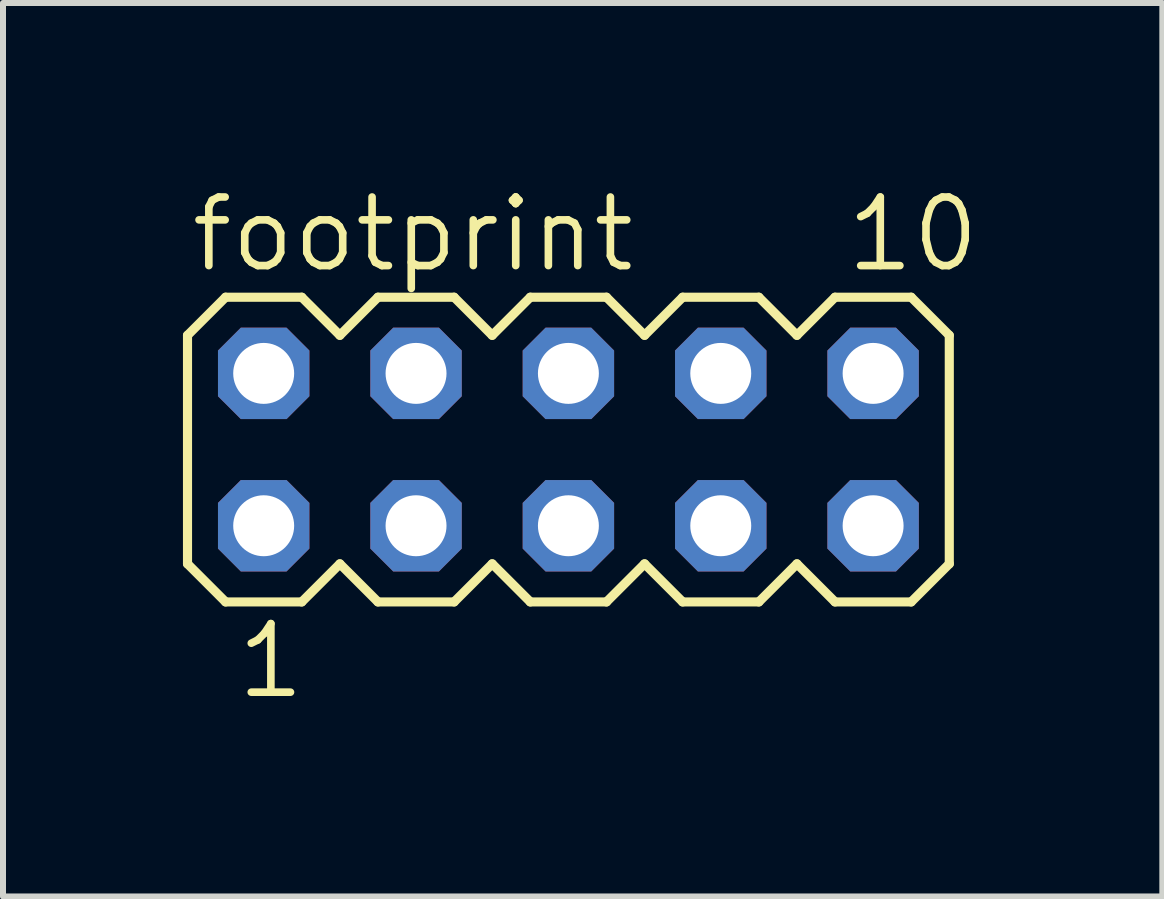
<source format=kicad_pcb>
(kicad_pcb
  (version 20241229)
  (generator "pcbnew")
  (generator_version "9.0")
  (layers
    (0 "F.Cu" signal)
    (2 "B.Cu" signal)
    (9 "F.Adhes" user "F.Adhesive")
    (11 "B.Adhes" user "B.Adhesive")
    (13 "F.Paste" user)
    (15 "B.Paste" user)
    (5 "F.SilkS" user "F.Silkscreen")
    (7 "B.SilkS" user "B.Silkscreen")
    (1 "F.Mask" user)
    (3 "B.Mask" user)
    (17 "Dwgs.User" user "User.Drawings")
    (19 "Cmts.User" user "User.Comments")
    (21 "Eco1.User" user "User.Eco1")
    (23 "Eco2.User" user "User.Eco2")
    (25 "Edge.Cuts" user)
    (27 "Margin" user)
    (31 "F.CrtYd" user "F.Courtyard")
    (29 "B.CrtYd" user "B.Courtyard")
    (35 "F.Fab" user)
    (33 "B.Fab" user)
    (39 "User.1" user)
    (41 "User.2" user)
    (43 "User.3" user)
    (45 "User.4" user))
  (footprint "footprint"
    (layer "F.Cu")
    (at 6.426 4.445)
    (property "Reference" "footprint" (at -6.35 -2.921 0) (layer "F.SilkS") (effects (font (size 1.143 1.143) (thickness 0.127)) (justify left bottom)))
    (fp_line (start -6.35 -1.905) (end -6.35 1.905) (stroke (width 0.152) (type solid)) (layer "F.SilkS"))
    (fp_line (start -6.35 1.905) (end -5.715 2.54) (stroke (width 0.152) (type solid)) (layer "F.SilkS"))
    (fp_line (start -5.715 -2.54) (end -6.35 -1.905) (stroke (width 0.152) (type solid)) (layer "F.SilkS"))
    (fp_line (start -5.715 -2.54) (end -4.445 -2.54) (stroke (width 0.152) (type solid)) (layer "F.SilkS"))
    (fp_line (start -4.445 -2.54) (end -3.81 -1.905) (stroke (width 0.152) (type solid)) (layer "F.SilkS"))
    (fp_line (start -4.445 2.54) (end -5.715 2.54) (stroke (width 0.152) (type solid)) (layer "F.SilkS"))
    (fp_line (start -3.81 -1.905) (end -3.175 -2.54) (stroke (width 0.152) (type solid)) (layer "F.SilkS"))
    (fp_line (start -3.81 1.905) (end -4.445 2.54) (stroke (width 0.152) (type solid)) (layer "F.SilkS"))
    (fp_line (start -3.175 -2.54) (end -1.905 -2.54) (stroke (width 0.152) (type solid)) (layer "F.SilkS"))
    (fp_line (start -3.175 2.54) (end -3.81 1.905) (stroke (width 0.152) (type solid)) (layer "F.SilkS"))
    (fp_line (start -1.905 -2.54) (end -1.27 -1.905) (stroke (width 0.152) (type solid)) (layer "F.SilkS"))
    (fp_line (start -1.905 2.54) (end -3.175 2.54) (stroke (width 0.152) (type solid)) (layer "F.SilkS"))
    (fp_line (start -1.27 -1.905) (end -0.635 -2.54) (stroke (width 0.152) (type solid)) (layer "F.SilkS"))
    (fp_line (start -1.27 1.905) (end -1.905 2.54) (stroke (width 0.152) (type solid)) (layer "F.SilkS"))
    (fp_line (start -0.635 -2.54) (end 0.635 -2.54) (stroke (width 0.152) (type solid)) (layer "F.SilkS"))
    (fp_line (start -0.635 2.54) (end -1.27 1.905) (stroke (width 0.152) (type solid)) (layer "F.SilkS"))
    (fp_line (start 0.635 -2.54) (end 1.27 -1.905) (stroke (width 0.152) (type solid)) (layer "F.SilkS"))
    (fp_line (start 0.635 2.54) (end -0.635 2.54) (stroke (width 0.152) (type solid)) (layer "F.SilkS"))
    (fp_line (start 1.27 1.905) (end 0.635 2.54) (stroke (width 0.152) (type solid)) (layer "F.SilkS"))
    (fp_line (start 1.27 1.905) (end 1.905 2.54) (stroke (width 0.152) (type solid)) (layer "F.SilkS"))
    (fp_line (start 1.905 -2.54) (end 1.27 -1.905) (stroke (width 0.152) (type solid)) (layer "F.SilkS"))
    (fp_line (start 1.905 -2.54) (end 3.175 -2.54) (stroke (width 0.152) (type solid)) (layer "F.SilkS"))
    (fp_line (start 3.175 -2.54) (end 3.81 -1.905) (stroke (width 0.152) (type solid)) (layer "F.SilkS"))
    (fp_line (start 3.175 2.54) (end 1.905 2.54) (stroke (width 0.152) (type solid)) (layer "F.SilkS"))
    (fp_line (start 3.81 -1.905) (end 4.445 -2.54) (stroke (width 0.152) (type solid)) (layer "F.SilkS"))
    (fp_line (start 3.81 1.905) (end 3.175 2.54) (stroke (width 0.152) (type solid)) (layer "F.SilkS"))
    (fp_line (start 4.445 -2.54) (end 5.715 -2.54) (stroke (width 0.152) (type solid)) (layer "F.SilkS"))
    (fp_line (start 4.445 2.54) (end 3.81 1.905) (stroke (width 0.152) (type solid)) (layer "F.SilkS"))
    (fp_line (start 5.715 -2.54) (end 6.35 -1.905) (stroke (width 0.152) (type solid)) (layer "F.SilkS"))
    (fp_line (start 5.715 2.54) (end 4.445 2.54) (stroke (width 0.152) (type solid)) (layer "F.SilkS"))
    (fp_line (start 6.35 -1.905) (end 6.35 1.905) (stroke (width 0.152) (type solid)) (layer "F.SilkS"))
    (fp_line (start 6.35 1.905) (end 5.715 2.54) (stroke (width 0.152) (type solid)) (layer "F.SilkS"))
    (fp_poly (pts (xy -5.334 -1.016) (xy -4.826 -1.016) (xy -4.826 -1.524) (xy -5.334 -1.524)) (stroke (width 0.1) (type solid)) (fill no) (layer "F.Fab"))
    (fp_poly (pts (xy -5.334 1.524) (xy -4.826 1.524) (xy -4.826 1.016) (xy -5.334 1.016)) (stroke (width 0.1) (type solid)) (fill no) (layer "F.Fab"))
    (fp_poly (pts (xy -2.794 -1.016) (xy -2.286 -1.016) (xy -2.286 -1.524) (xy -2.794 -1.524)) (stroke (width 0.1) (type solid)) (fill no) (layer "F.Fab"))
    (fp_poly (pts (xy -2.794 1.524) (xy -2.286 1.524) (xy -2.286 1.016) (xy -2.794 1.016)) (stroke (width 0.1) (type solid)) (fill no) (layer "F.Fab"))
    (fp_poly (pts (xy -0.254 -1.016) (xy 0.254 -1.016) (xy 0.254 -1.524) (xy -0.254 -1.524)) (stroke (width 0.1) (type solid)) (fill no) (layer "F.Fab"))
    (fp_poly (pts (xy -0.254 1.524) (xy 0.254 1.524) (xy 0.254 1.016) (xy -0.254 1.016)) (stroke (width 0.1) (type solid)) (fill no) (layer "F.Fab"))
    (fp_poly (pts (xy 2.286 -1.016) (xy 2.794 -1.016) (xy 2.794 -1.524) (xy 2.286 -1.524)) (stroke (width 0.1) (type solid)) (fill no) (layer "F.Fab"))
    (fp_poly (pts (xy 2.286 1.524) (xy 2.794 1.524) (xy 2.794 1.016) (xy 2.286 1.016)) (stroke (width 0.1) (type solid)) (fill no) (layer "F.Fab"))
    (fp_poly (pts (xy 4.826 -1.016) (xy 5.334 -1.016) (xy 5.334 -1.524) (xy 4.826 -1.524)) (stroke (width 0.1) (type solid)) (fill no) (layer "F.Fab"))
    (fp_poly (pts (xy 4.826 1.524) (xy 5.334 1.524) (xy 5.334 1.016) (xy 4.826 1.016)) (stroke (width 0.1) (type solid)) (fill no) (layer "F.Fab"))
    (fp_text user "10" (at 4.572 -2.921 0) (layer "F.SilkS") (effects (font (size 1.143 1.143) (thickness 0.127)) (justify left bottom)))
    (fp_text user "1" (at -5.588 4.191 0) (layer "F.SilkS") (effects (font (size 1.143 1.143) (thickness 0.127)) (justify left bottom)))
    (pad "1" thru_hole roundrect (at -5.08 1.27) (size 1.524 1.524) (drill 1.016) (layers "*.Cu" "*.Mask") (roundrect_rratio 0.25) (chamfer_ratio 0.25) (chamfer top_left top_right bottom_left bottom_right))
    (pad "2" thru_hole roundrect (at -5.08 -1.27) (size 1.524 1.524) (drill 1.016) (layers "*.Cu" "*.Mask") (roundrect_rratio 0.25) (chamfer_ratio 0.25) (chamfer top_left top_right bottom_left bottom_right))
    (pad "3" thru_hole roundrect (at -2.54 1.27) (size 1.524 1.524) (drill 1.016) (layers "*.Cu" "*.Mask") (roundrect_rratio 0.25) (chamfer_ratio 0.25) (chamfer top_left top_right bottom_left bottom_right))
    (pad "4" thru_hole roundrect (at -2.54 -1.27) (size 1.524 1.524) (drill 1.016) (layers "*.Cu" "*.Mask") (roundrect_rratio 0.25) (chamfer_ratio 0.25) (chamfer top_left top_right bottom_left bottom_right))
    (pad "5" thru_hole roundrect (at 0 1.27) (size 1.524 1.524) (drill 1.016) (layers "*.Cu" "*.Mask") (roundrect_rratio 0.25) (chamfer_ratio 0.25) (chamfer top_left top_right bottom_left bottom_right))
    (pad "6" thru_hole roundrect (at 0 -1.27) (size 1.524 1.524) (drill 1.016) (layers "*.Cu" "*.Mask") (roundrect_rratio 0.25) (chamfer_ratio 0.25) (chamfer top_left top_right bottom_left bottom_right))
    (pad "7" thru_hole roundrect (at 2.54 1.27) (size 1.524 1.524) (drill 1.016) (layers "*.Cu" "*.Mask") (roundrect_rratio 0.25) (chamfer_ratio 0.25) (chamfer top_left top_right bottom_left bottom_right))
    (pad "8" thru_hole roundrect (at 2.54 -1.27) (size 1.524 1.524) (drill 1.016) (layers "*.Cu" "*.Mask") (roundrect_rratio 0.25) (chamfer_ratio 0.25) (chamfer top_left top_right bottom_left bottom_right))
    (pad "9" thru_hole roundrect (at 5.08 1.27) (size 1.524 1.524) (drill 1.016) (layers "*.Cu" "*.Mask") (roundrect_rratio 0.25) (chamfer_ratio 0.25) (chamfer top_left top_right bottom_left bottom_right))
    (pad "10" thru_hole roundrect (at 5.08 -1.27) (size 1.524 1.524) (drill 1.016) (layers "*.Cu" "*.Mask") (roundrect_rratio 0.25) (chamfer_ratio 0.25) (chamfer top_left top_right bottom_left bottom_right)))
  (gr_rect
    (start -3 -3)
    (end 16.328 11.895)
    (stroke (width 0.1) (type default))
    (fill no)
    (layer "Edge.Cuts")))
</source>
